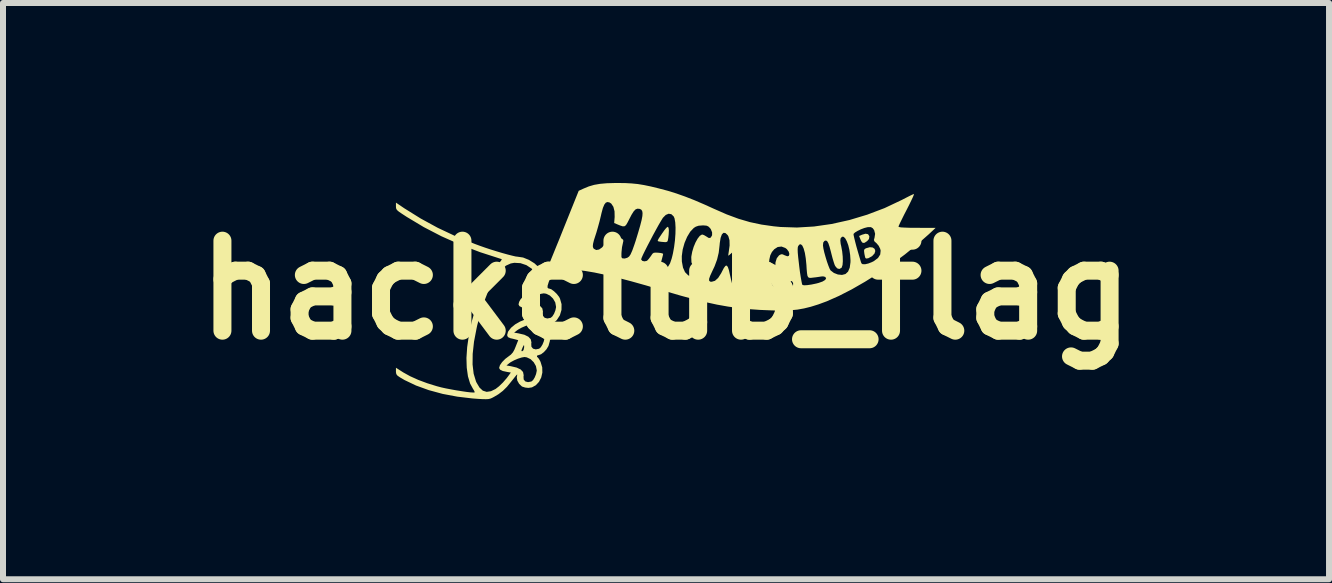
<source format=kicad_pcb>
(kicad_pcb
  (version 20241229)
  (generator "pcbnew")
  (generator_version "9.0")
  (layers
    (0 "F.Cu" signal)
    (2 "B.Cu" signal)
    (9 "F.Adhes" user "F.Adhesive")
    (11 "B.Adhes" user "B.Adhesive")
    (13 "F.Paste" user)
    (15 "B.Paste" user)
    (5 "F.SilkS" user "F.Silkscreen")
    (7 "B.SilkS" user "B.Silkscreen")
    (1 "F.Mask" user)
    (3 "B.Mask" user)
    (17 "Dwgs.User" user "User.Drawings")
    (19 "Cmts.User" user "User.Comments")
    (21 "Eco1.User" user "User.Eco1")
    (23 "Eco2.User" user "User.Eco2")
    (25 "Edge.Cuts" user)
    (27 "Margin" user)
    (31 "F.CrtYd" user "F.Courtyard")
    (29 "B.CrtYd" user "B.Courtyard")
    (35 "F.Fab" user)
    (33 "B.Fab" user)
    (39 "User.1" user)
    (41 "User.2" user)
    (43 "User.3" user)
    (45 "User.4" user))
  (footprint "hackclub_flag"
    (layer "F.Cu")
    (at 8.05 1.783)
    (property "Reference" "hackclub_flag" (at 0 0 0) (layer "F.SilkS") (effects (font (size 1.5 1.5) (thickness 0.3))))
    (attr board_only exclude_from_pos_files exclude_from_bom)
    (fp_poly (pts (xy 3.367 -0.93) (xy 3.387 -0.899) (xy 3.389 -0.89) (xy 3.382 -0.849) (xy 3.351 -0.814) (xy 3.308 -0.786) (xy 3.278 -0.785) (xy 3.254 -0.813) (xy 3.242 -0.84) (xy 3.218 -0.9) (xy 3.267 -0.921) (xy 3.326 -0.938)) (stroke (width 0) (type solid)) (fill yes) (layer "F.SilkS"))
    (fp_poly (pts (xy 3.445 -0.708) (xy 3.477 -0.685) (xy 3.488 -0.65) (xy 3.475 -0.608) (xy 3.435 -0.565) (xy 3.426 -0.559) (xy 3.371 -0.529) (xy 3.335 -0.524) (xy 3.322 -0.535) (xy 3.316 -0.557) (xy 3.307 -0.598) (xy 3.305 -0.612) (xy 3.3 -0.655) (xy 3.307 -0.678) (xy 3.33 -0.694) (xy 3.336 -0.696) (xy 3.397 -0.713)) (stroke (width 0) (type solid)) (fill yes) (layer "F.SilkS"))
    (fp_poly (pts (xy 0.042 -1.038) (xy 0.048 -0.994) (xy 0.044 -0.923) (xy 0.038 -0.87) (xy 0.03 -0.825) (xy 0.019 -0.804) (xy -0.003 -0.798) (xy -0.022 -0.798) (xy -0.072 -0.802) (xy -0.109 -0.807) (xy -0.128 -0.811) (xy -0.138 -0.817) (xy -0.136 -0.83) (xy -0.122 -0.857) (xy -0.093 -0.901) (xy -0.064 -0.944) (xy -0.028 -0.995) (xy 0.003 -1.033) (xy 0.025 -1.052) (xy 0.028 -1.053)) (stroke (width 0) (type solid)) (fill yes) (layer "F.SilkS"))
    (fp_poly (pts (xy -0.684 -1.782) (xy -0.575 -1.776) (xy -0.472 -1.766) (xy -0.368 -1.749) (xy -0.252 -1.725) (xy -0.129 -1.695) (xy 0.023 -1.655) (xy 0.169 -1.61) (xy 0.316 -1.558) (xy 0.47 -1.498) (xy 0.64 -1.425) (xy 0.799 -1.353) (xy 1.011 -1.26) (xy 1.208 -1.187) (xy 1.399 -1.131) (xy 1.592 -1.09) (xy 1.797 -1.061) (xy 1.909 -1.05) (xy 2.182 -1.041) (xy 2.467 -1.058) (xy 2.76 -1.1) (xy 3.057 -1.166) (xy 3.353 -1.255) (xy 3.643 -1.365) (xy 3.922 -1.497) (xy 3.936 -1.504) (xy 4.006 -1.54) (xy 4.065 -1.57) (xy 4.109 -1.591) (xy 4.132 -1.599) (xy 4.133 -1.6) (xy 4.13 -1.586) (xy 4.115 -1.549) (xy 4.088 -1.492) (xy 4.053 -1.42) (xy 4.011 -1.337) (xy 3.967 -1.252) (xy 3.93 -1.177) (xy 3.9 -1.116) (xy 3.881 -1.074) (xy 3.874 -1.056) (xy 3.885 -1.049) (xy 3.917 -1.043) (xy 3.974 -1.04) (xy 4.057 -1.037) (xy 4.17 -1.036) (xy 4.184 -1.036) (xy 4.493 -1.035) (xy 4.381 -0.93) (xy 4.188 -0.76) (xy 3.981 -0.592) (xy 3.764 -0.431) (xy 3.541 -0.278) (xy 3.316 -0.137) (xy 3.095 -0.01) (xy 2.882 0.099) (xy 2.681 0.188) (xy 2.54 0.24) (xy 2.415 0.279) (xy 2.302 0.307) (xy 2.191 0.327) (xy 2.076 0.338) (xy 1.946 0.343) (xy 1.795 0.341) (xy 1.76 0.34) (xy 1.566 0.332) (xy 1.382 0.319) (xy 1.205 0.301) (xy 1.03 0.276) (xy 0.85 0.244) (xy 0.662 0.203) (xy 0.46 0.153) (xy 0.24 0.093) (xy -0.005 0.021) (xy -0.049 0.008) (xy -0.33 -0.075) (xy -0.583 -0.146) (xy -0.732 -0.185) (xy 0.718 -0.185) (xy 0.719 -0.154) (xy 0.737 -0.139) (xy 0.761 -0.137) (xy 0.816 -0.153) (xy 0.869 -0.201) (xy 0.92 -0.281) (xy 0.933 -0.307) (xy 0.965 -0.368) (xy 0.991 -0.402) (xy 1.012 -0.407) (xy 1.031 -0.382) (xy 1.049 -0.328) (xy 1.068 -0.242) (xy 1.069 -0.239) (xy 1.085 -0.168) (xy 1.101 -0.107) (xy 1.116 -0.065) (xy 1.123 -0.051) (xy 1.159 -0.028) (xy 1.199 -0.027) (xy 1.232 -0.048) (xy 1.237 -0.055) (xy 1.25 -0.094) (xy 1.254 -0.135) (xy 1.249 -0.173) (xy 1.237 -0.228) (xy 1.219 -0.291) (xy 1.199 -0.353) (xy 1.193 -0.37) (xy 1.714 -0.37) (xy 1.72 -0.25) (xy 1.738 -0.157) (xy 1.771 -0.086) (xy 1.819 -0.035) (xy 1.836 -0.024) (xy 1.893 -0.001) (xy 1.96 0.006) (xy 2.024 -0.002) (xy 2.076 -0.024) (xy 2.093 -0.039) (xy 2.118 -0.08) (xy 2.118 -0.115) (xy 2.107 -0.136) (xy 2.092 -0.149) (xy 2.067 -0.149) (xy 2.027 -0.139) (xy 1.968 -0.129) (xy 1.923 -0.141) (xy 1.886 -0.18) (xy 1.864 -0.219) (xy 1.834 -0.3) (xy 1.821 -0.383) (xy 1.825 -0.462) (xy 1.846 -0.529) (xy 1.883 -0.576) (xy 1.889 -0.58) (xy 1.918 -0.595) (xy 1.944 -0.594) (xy 1.978 -0.578) (xy 2.022 -0.562) (xy 2.046 -0.568) (xy 2.056 -0.599) (xy 2.045 -0.639) (xy 2.019 -0.674) (xy 2.194 -0.674) (xy 2.196 -0.62) (xy 2.203 -0.544) (xy 2.215 -0.441) (xy 2.22 -0.396) (xy 2.232 -0.301) (xy 2.245 -0.217) (xy 2.257 -0.15) (xy 2.266 -0.104) (xy 2.274 -0.084) (xy 2.274 -0.084) (xy 2.303 -0.078) (xy 2.355 -0.081) (xy 2.425 -0.091) (xy 2.506 -0.108) (xy 2.544 -0.118) (xy 2.609 -0.141) (xy 2.652 -0.167) (xy 2.668 -0.192) (xy 2.656 -0.216) (xy 2.653 -0.218) (xy 2.619 -0.227) (xy 2.588 -0.225) (xy 2.55 -0.219) (xy 2.494 -0.211) (xy 2.456 -0.207) (xy 2.416 -0.202) (xy 2.387 -0.203) (xy 2.369 -0.213) (xy 2.357 -0.238) (xy 2.35 -0.281) (xy 2.344 -0.349) (xy 2.34 -0.418) (xy 2.329 -0.528) (xy 2.314 -0.619) (xy 2.294 -0.691) (xy 2.272 -0.739) (xy 2.269 -0.742) (xy 2.616 -0.742) (xy 2.616 -0.741) (xy 2.623 -0.692) (xy 2.638 -0.625) (xy 2.659 -0.55) (xy 2.682 -0.474) (xy 2.706 -0.406) (xy 2.727 -0.354) (xy 2.743 -0.326) (xy 2.798 -0.284) (xy 2.865 -0.258) (xy 2.933 -0.251) (xy 2.991 -0.266) (xy 3.034 -0.306) (xy 3.062 -0.372) (xy 3.074 -0.46) (xy 3.075 -0.49) (xy 3.069 -0.583) (xy 3.056 -0.67) (xy 3.037 -0.748) (xy 3.013 -0.812) (xy 2.988 -0.859) (xy 2.961 -0.886) (xy 2.935 -0.888) (xy 2.911 -0.863) (xy 2.905 -0.827) (xy 2.911 -0.768) (xy 2.92 -0.73) (xy 2.936 -0.643) (xy 2.945 -0.557) (xy 2.947 -0.479) (xy 2.942 -0.416) (xy 2.928 -0.375) (xy 2.924 -0.369) (xy 2.888 -0.35) (xy 2.852 -0.361) (xy 2.82 -0.399) (xy 2.809 -0.423) (xy 2.795 -0.465) (xy 2.776 -0.528) (xy 2.757 -0.601) (xy 2.75 -0.63) (xy 2.726 -0.719) (xy 2.706 -0.779) (xy 2.686 -0.813) (xy 2.666 -0.825) (xy 2.642 -0.818) (xy 2.641 -0.818) (xy 2.62 -0.79) (xy 2.616 -0.742) (xy 2.269 -0.742) (xy 2.247 -0.762) (xy 2.222 -0.757) (xy 2.202 -0.73) (xy 2.196 -0.709) (xy 2.194 -0.674) (xy 2.019 -0.674) (xy 2.016 -0.679) (xy 1.989 -0.7) (xy 1.925 -0.724) (xy 1.861 -0.716) (xy 1.804 -0.679) (xy 1.765 -0.633) (xy 1.738 -0.578) (xy 1.722 -0.508) (xy 1.715 -0.415) (xy 1.714 -0.37) (xy 1.193 -0.37) (xy 1.18 -0.407) (xy 1.163 -0.442) (xy 1.155 -0.451) (xy 1.156 -0.468) (xy 1.178 -0.501) (xy 1.21 -0.536) (xy 1.252 -0.583) (xy 1.289 -0.626) (xy 1.308 -0.651) (xy 1.328 -0.693) (xy 1.334 -0.736) (xy 1.326 -0.766) (xy 1.321 -0.77) (xy 1.295 -0.769) (xy 1.252 -0.747) (xy 1.198 -0.709) (xy 1.138 -0.658) (xy 1.126 -0.647) (xy 1.085 -0.609) (xy 1.054 -0.582) (xy 1.039 -0.571) (xy 1.039 -0.571) (xy 1.038 -0.585) (xy 1.043 -0.62) (xy 1.046 -0.639) (xy 1.06 -0.742) (xy 1.058 -0.829) (xy 1.04 -0.893) (xy 1.028 -0.914) (xy 1.007 -0.934) (xy 3.125 -0.934) (xy 3.127 -0.913) (xy 3.137 -0.867) (xy 3.153 -0.802) (xy 3.173 -0.725) (xy 3.197 -0.641) (xy 3.222 -0.556) (xy 3.246 -0.475) (xy 3.257 -0.444) (xy 3.277 -0.43) (xy 3.318 -0.429) (xy 3.371 -0.441) (xy 3.43 -0.464) (xy 3.464 -0.481) (xy 3.533 -0.533) (xy 3.57 -0.591) (xy 3.577 -0.655) (xy 3.57 -0.685) (xy 3.545 -0.736) (xy 3.508 -0.78) (xy 3.504 -0.783) (xy 3.474 -0.81) (xy 3.465 -0.834) (xy 3.474 -0.867) (xy 3.475 -0.87) (xy 3.485 -0.936) (xy 3.469 -0.997) (xy 3.446 -1.029) (xy 3.416 -1.047) (xy 3.371 -1.048) (xy 3.356 -1.046) (xy 3.305 -1.033) (xy 3.247 -1.011) (xy 3.192 -0.984) (xy 3.149 -0.958) (xy 3.126 -0.935) (xy 3.125 -0.934) (xy 1.007 -0.934) (xy 0.99 -0.949) (xy 0.958 -0.953) (xy 0.931 -0.926) (xy 0.91 -0.869) (xy 0.896 -0.782) (xy 0.893 -0.748) (xy 0.878 -0.62) (xy 0.851 -0.507) (xy 0.81 -0.396) (xy 0.769 -0.309) (xy 0.735 -0.235) (xy 0.718 -0.185) (xy -0.732 -0.185) (xy -0.809 -0.205) (xy -1.012 -0.253) (xy -1.193 -0.291) (xy -1.353 -0.318) (xy -1.495 -0.335) (xy -1.621 -0.342) (xy -1.732 -0.34) (xy -1.763 -0.338) (xy -1.878 -0.327) (xy -1.928 -0.204) (xy -1.957 -0.126) (xy -1.973 -0.073) (xy -1.975 -0.041) (xy -1.963 -0.027) (xy -1.949 -0.024) (xy -1.912 -0.012) (xy -1.867 0.021) (xy -1.821 0.065) (xy -1.782 0.115) (xy -1.767 0.144) (xy -1.741 0.236) (xy -1.742 0.332) (xy -1.769 0.423) (xy -1.82 0.501) (xy -1.848 0.527) (xy -1.897 0.558) (xy -1.945 0.571) (xy -1.946 0.571) (xy -1.98 0.573) (xy -1.993 0.577) (xy -1.987 0.594) (xy -1.972 0.63) (xy -1.962 0.653) (xy -1.934 0.749) (xy -1.935 0.848) (xy -1.959 0.933) (xy -1.992 0.988) (xy -2.036 1.036) (xy -2.082 1.071) (xy -2.122 1.085) (xy -2.123 1.085) (xy -2.15 1.094) (xy -2.15 1.114) (xy -2.136 1.126) (xy -2.119 1.147) (xy -2.097 1.185) (xy -2.089 1.204) (xy -2.063 1.29) (xy -2.061 1.377) (xy -2.08 1.459) (xy -2.117 1.531) (xy -2.169 1.587) (xy -2.234 1.623) (xy -2.293 1.632) (xy -2.347 1.626) (xy -2.395 1.611) (xy -2.405 1.605) (xy -2.448 1.564) (xy -2.478 1.511) (xy -2.487 1.459) (xy -2.485 1.445) (xy -2.48 1.416) (xy -2.481 1.407) (xy -2.493 1.419) (xy -2.519 1.45) (xy -2.556 1.497) (xy -2.58 1.527) (xy -2.651 1.614) (xy -2.719 1.681) (xy -2.792 1.737) (xy -2.868 1.782) (xy -2.9 1.799) (xy -2.929 1.811) (xy -2.96 1.818) (xy -3 1.82) (xy -3.055 1.819) (xy -3.129 1.815) (xy -3.223 1.808) (xy -3.477 1.778) (xy -3.722 1.732) (xy -3.954 1.669) (xy -4.167 1.592) (xy -4.356 1.502) (xy -4.433 1.457) (xy -4.475 1.428) (xy -4.495 1.402) (xy -4.501 1.369) (xy -4.501 1.355) (xy -4.501 1.296) (xy -4.377 1.375) (xy -4.265 1.437) (xy -4.13 1.498) (xy -3.98 1.554) (xy -3.822 1.603) (xy -3.743 1.624) (xy -3.67 1.64) (xy -3.586 1.656) (xy -3.498 1.672) (xy -3.41 1.686) (xy -3.33 1.698) (xy -3.262 1.706) (xy -3.214 1.709) (xy -3.19 1.708) (xy -3.189 1.707) (xy -3.192 1.69) (xy -3.209 1.659) (xy -3.214 1.653) (xy -3.265 1.559) (xy -3.301 1.439) (xy -3.321 1.296) (xy -3.323 1.241) (xy -3.224 1.241) (xy -3.206 1.395) (xy -3.167 1.524) (xy -3.157 1.545) (xy -3.108 1.627) (xy -3.053 1.678) (xy -2.989 1.698) (xy -2.917 1.687) (xy -2.841 1.65) (xy -2.783 1.605) (xy -2.717 1.541) (xy -2.651 1.464) (xy -2.63 1.436) (xy -2.586 1.376) (xy -2.647 1.366) (xy -2.721 1.35) (xy -2.765 1.328) (xy -2.781 1.301) (xy -2.781 1.298) (xy -2.769 1.258) (xy -2.659 1.258) (xy -2.588 1.27) (xy -2.49 1.293) (xy -2.422 1.325) (xy -2.383 1.367) (xy -2.372 1.421) (xy -2.375 1.444) (xy -2.372 1.492) (xy -2.345 1.524) (xy -2.3 1.536) (xy -2.243 1.525) (xy -2.215 1.501) (xy -2.188 1.457) (xy -2.166 1.402) (xy -2.155 1.35) (xy -2.154 1.339) (xy -2.168 1.268) (xy -2.205 1.204) (xy -2.257 1.153) (xy -2.32 1.123) (xy -2.358 1.117) (xy -2.405 1.125) (xy -2.468 1.145) (xy -2.533 1.173) (xy -2.59 1.204) (xy -2.612 1.22) (xy -2.659 1.258) (xy -2.769 1.258) (xy -2.768 1.254) (xy -2.732 1.202) (xy -2.679 1.148) (xy -2.63 1.111) (xy -2.585 1.077) (xy -2.553 1.041) (xy -2.538 1.015) (xy -2.41 1.015) (xy -2.404 1.02) (xy -2.397 1.021) (xy -2.38 1.008) (xy -2.373 0.995) (xy -2.365 0.958) (xy -2.364 0.935) (xy -2.367 0.918) (xy -2.375 0.928) (xy -2.388 0.954) (xy -2.405 0.995) (xy -2.41 1.015) (xy -2.538 1.015) (xy -2.526 0.993) (xy -2.507 0.947) (xy -2.463 0.836) (xy -2.505 0.825) (xy -2.556 0.812) (xy -2.593 0.804) (xy -2.635 0.785) (xy -2.648 0.752) (xy -2.637 0.711) (xy -2.531 0.711) (xy -2.459 0.723) (xy -2.361 0.746) (xy -2.294 0.779) (xy -2.255 0.821) (xy -2.243 0.874) (xy -2.246 0.897) (xy -2.243 0.946) (xy -2.216 0.978) (xy -2.171 0.99) (xy -2.115 0.979) (xy -2.087 0.955) (xy -2.059 0.91) (xy -2.037 0.856) (xy -2.026 0.803) (xy -2.026 0.792) (xy -2.039 0.722) (xy -2.076 0.657) (xy -2.129 0.606) (xy -2.191 0.576) (xy -2.23 0.571) (xy -2.277 0.579) (xy -2.339 0.599) (xy -2.405 0.627) (xy -2.461 0.658) (xy -2.483 0.673) (xy -2.531 0.711) (xy -2.637 0.711) (xy -2.635 0.702) (xy -2.628 0.688) (xy -2.582 0.629) (xy -2.514 0.573) (xy -2.432 0.526) (xy -2.394 0.511) (xy -2.35 0.492) (xy -2.322 0.469) (xy -2.311 0.449) (xy -2.186 0.449) (xy -2.178 0.471) (xy -2.17 0.474) (xy -2.155 0.463) (xy -2.154 0.459) (xy -2.166 0.437) (xy -2.17 0.434) (xy -2.184 0.438) (xy -2.186 0.449) (xy -2.311 0.449) (xy -2.301 0.431) (xy -2.288 0.4) (xy -2.254 0.315) (xy -2.329 0.304) (xy -2.401 0.29) (xy -2.443 0.269) (xy -2.458 0.24) (xy -2.448 0.199) (xy -2.447 0.197) (xy -2.338 0.197) (xy -2.266 0.209) (xy -2.168 0.232) (xy -2.101 0.264) (xy -2.062 0.306) (xy -2.051 0.359) (xy -2.053 0.383) (xy -2.05 0.431) (xy -2.023 0.463) (xy -1.978 0.475) (xy -1.922 0.464) (xy -1.894 0.44) (xy -1.866 0.396) (xy -1.844 0.341) (xy -1.833 0.289) (xy -1.833 0.278) (xy -1.846 0.207) (xy -1.883 0.143) (xy -1.936 0.092) (xy -1.998 0.062) (xy -2.037 0.056) (xy -2.084 0.064) (xy -2.146 0.084) (xy -2.212 0.112) (xy -2.268 0.143) (xy -2.29 0.159) (xy -2.338 0.197) (xy -2.447 0.197) (xy -2.427 0.16) (xy -2.384 0.109) (xy -2.32 0.059) (xy -2.247 0.015) (xy -2.181 -0.011) (xy -2.127 -0.037) (xy -2.099 -0.073) (xy -2.098 -0.126) (xy -2.114 -0.179) (xy -2.166 -0.277) (xy -2.239 -0.356) (xy -2.327 -0.414) (xy -2.425 -0.447) (xy -2.528 -0.453) (xy -2.588 -0.442) (xy -2.667 -0.406) (xy -2.744 -0.339) (xy -2.821 -0.244) (xy -2.895 -0.123) (xy -2.965 0.024) (xy -3.031 0.193) (xy -3.092 0.382) (xy -3.147 0.591) (xy -3.157 0.638) (xy -3.2 0.862) (xy -3.222 1.064) (xy -3.224 1.241) (xy -3.323 1.241) (xy -3.326 1.133) (xy -3.314 0.952) (xy -3.286 0.757) (xy -3.243 0.549) (xy -3.232 0.506) (xy -3.163 0.264) (xy -3.089 0.053) (xy -3.009 -0.127) (xy -2.924 -0.276) (xy -2.834 -0.393) (xy -2.82 -0.407) (xy -2.778 -0.453) (xy -2.749 -0.489) (xy -2.737 -0.511) (xy -2.739 -0.514) (xy -3.098 -0.63) (xy -3.431 -0.757) (xy -3.742 -0.895) (xy -4.037 -1.048) (xy -4.319 -1.217) (xy -4.336 -1.228) (xy -4.405 -1.273) (xy -4.452 -1.305) (xy -4.48 -1.329) (xy -4.495 -1.35) (xy -4.5 -1.371) (xy -4.501 -1.395) (xy -4.501 -1.456) (xy -4.361 -1.361) (xy -4.088 -1.191) (xy -3.806 -1.037) (xy -3.507 -0.896) (xy -3.185 -0.767) (xy -3.107 -0.738) (xy -3.019 -0.707) (xy -2.923 -0.675) (xy -2.823 -0.644) (xy -2.725 -0.615) (xy -2.635 -0.59) (xy -2.56 -0.571) (xy -2.504 -0.558) (xy -2.476 -0.555) (xy -2.382 -0.541) (xy -2.285 -0.502) (xy -2.192 -0.444) (xy -2.113 -0.371) (xy -2.073 -0.318) (xy -2.027 -0.245) (xy -1.989 -0.332) (xy -1.975 -0.365) (xy -1.95 -0.425) (xy -1.917 -0.507) (xy -1.916 -0.51) (xy -0.415 -0.51) (xy -0.396 -0.486) (xy -0.362 -0.477) (xy -0.324 -0.484) (xy -0.31 -0.493) (xy -0.286 -0.52) (xy -0.256 -0.56) (xy -0.249 -0.57) (xy -0.226 -0.604) (xy -0.204 -0.62) (xy -0.17 -0.623) (xy -0.131 -0.621) (xy -0.084 -0.616) (xy -0.054 -0.607) (xy -0.048 -0.601) (xy -0.052 -0.579) (xy -0.063 -0.536) (xy -0.075 -0.491) (xy -0.087 -0.437) (xy -0.093 -0.392) (xy -0.091 -0.371) (xy -0.069 -0.349) (xy -0.032 -0.348) (xy 0.009 -0.367) (xy 0.037 -0.393) (xy 0.067 -0.444) (xy 0.093 -0.519) (xy 0.105 -0.565) (xy 0.263 -0.565) (xy 0.264 -0.476) (xy 0.283 -0.373) (xy 0.317 -0.297) (xy 0.369 -0.245) (xy 0.428 -0.217) (xy 0.484 -0.205) (xy 0.523 -0.208) (xy 0.56 -0.228) (xy 0.569 -0.235) (xy 0.599 -0.27) (xy 0.607 -0.306) (xy 0.593 -0.333) (xy 0.571 -0.342) (xy 0.497 -0.364) (xy 0.449 -0.402) (xy 0.424 -0.461) (xy 0.421 -0.542) (xy 0.422 -0.559) (xy 0.437 -0.639) (xy 0.461 -0.719) (xy 0.492 -0.793) (xy 0.527 -0.856) (xy 0.563 -0.902) (xy 0.597 -0.923) (xy 0.605 -0.924) (xy 0.633 -0.915) (xy 0.67 -0.893) (xy 0.675 -0.89) (xy 0.71 -0.868) (xy 0.733 -0.867) (xy 0.747 -0.876) (xy 0.768 -0.912) (xy 0.768 -0.961) (xy 0.747 -1.013) (xy 0.733 -1.032) (xy 0.705 -1.059) (xy 0.675 -1.072) (xy 0.63 -1.076) (xy 0.606 -1.076) (xy 0.543 -1.071) (xy 0.496 -1.055) (xy 0.463 -1.034) (xy 0.404 -0.972) (xy 0.352 -0.886) (xy 0.309 -0.785) (xy 0.278 -0.675) (xy 0.263 -0.565) (xy 0.105 -0.565) (xy 0.116 -0.612) (xy 0.135 -0.717) (xy 0.149 -0.827) (xy 0.157 -0.936) (xy 0.159 -1.038) (xy 0.154 -1.126) (xy 0.142 -1.194) (xy 0.128 -1.226) (xy 0.089 -1.263) (xy 0.044 -1.271) (xy -0.004 -1.251) (xy -0.051 -1.204) (xy -0.058 -1.193) (xy -0.088 -1.144) (xy -0.127 -1.077) (xy -0.17 -0.999) (xy -0.217 -0.913) (xy -0.263 -0.825) (xy -0.308 -0.739) (xy -0.348 -0.66) (xy -0.381 -0.593) (xy -0.404 -0.542) (xy -0.414 -0.514) (xy -0.415 -0.51) (xy -1.916 -0.51) (xy -1.876 -0.608) (xy -1.829 -0.724) (xy -1.827 -0.729) (xy -1.22 -0.729) (xy -1.213 -0.701) (xy -1.202 -0.686) (xy -1.163 -0.666) (xy -1.116 -0.674) (xy -1.067 -0.708) (xy -1.017 -0.766) (xy -0.979 -0.831) (xy -0.953 -0.88) (xy -0.931 -0.908) (xy -0.906 -0.918) (xy -0.868 -0.912) (xy -0.812 -0.89) (xy -0.779 -0.876) (xy -0.735 -0.854) (xy -0.714 -0.836) (xy -0.711 -0.815) (xy -0.713 -0.808) (xy -0.733 -0.715) (xy -0.747 -0.638) (xy -0.753 -0.581) (xy -0.751 -0.549) (xy -0.728 -0.528) (xy -0.689 -0.524) (xy -0.645 -0.537) (xy -0.615 -0.558) (xy -0.591 -0.593) (xy -0.562 -0.658) (xy -0.528 -0.753) (xy -0.506 -0.819) (xy -0.463 -0.96) (xy -0.43 -1.074) (xy -0.407 -1.164) (xy -0.394 -1.232) (xy -0.391 -1.282) (xy -0.397 -1.316) (xy -0.412 -1.338) (xy -0.435 -1.35) (xy -0.441 -1.352) (xy -0.477 -1.355) (xy -0.509 -1.342) (xy -0.54 -1.309) (xy -0.575 -1.253) (xy -0.608 -1.189) (xy -0.642 -1.123) (xy -0.667 -1.081) (xy -0.692 -1.062) (xy -0.722 -1.061) (xy -0.765 -1.075) (xy -0.807 -1.092) (xy -0.864 -1.116) (xy -0.856 -1.217) (xy -0.858 -1.311) (xy -0.877 -1.386) (xy -0.912 -1.439) (xy -0.94 -1.458) (xy -0.974 -1.466) (xy -1.003 -1.456) (xy -1.028 -1.424) (xy -1.052 -1.367) (xy -1.075 -1.282) (xy -1.086 -1.234) (xy -1.108 -1.143) (xy -1.135 -1.045) (xy -1.161 -0.955) (xy -1.174 -0.915) (xy -1.201 -0.831) (xy -1.216 -0.77) (xy -1.22 -0.729) (xy -1.827 -0.729) (xy -1.777 -0.851) (xy -1.723 -0.986) (xy -1.703 -1.036) (xy -1.455 -1.653) (xy -1.374 -1.69) (xy -1.287 -1.726) (xy -1.198 -1.752) (xy -1.1 -1.769) (xy -0.987 -1.779) (xy -0.85 -1.783) (xy -0.812 -1.783)) (stroke (width 0) (type solid)) (fill yes) (layer "F.SilkS")))
  (gr_rect
    (start -3 -3)
    (end 19.1 6.604)
    (stroke (width 0.1) (type default))
    (fill no)
    (layer "Edge.Cuts")))
</source>
